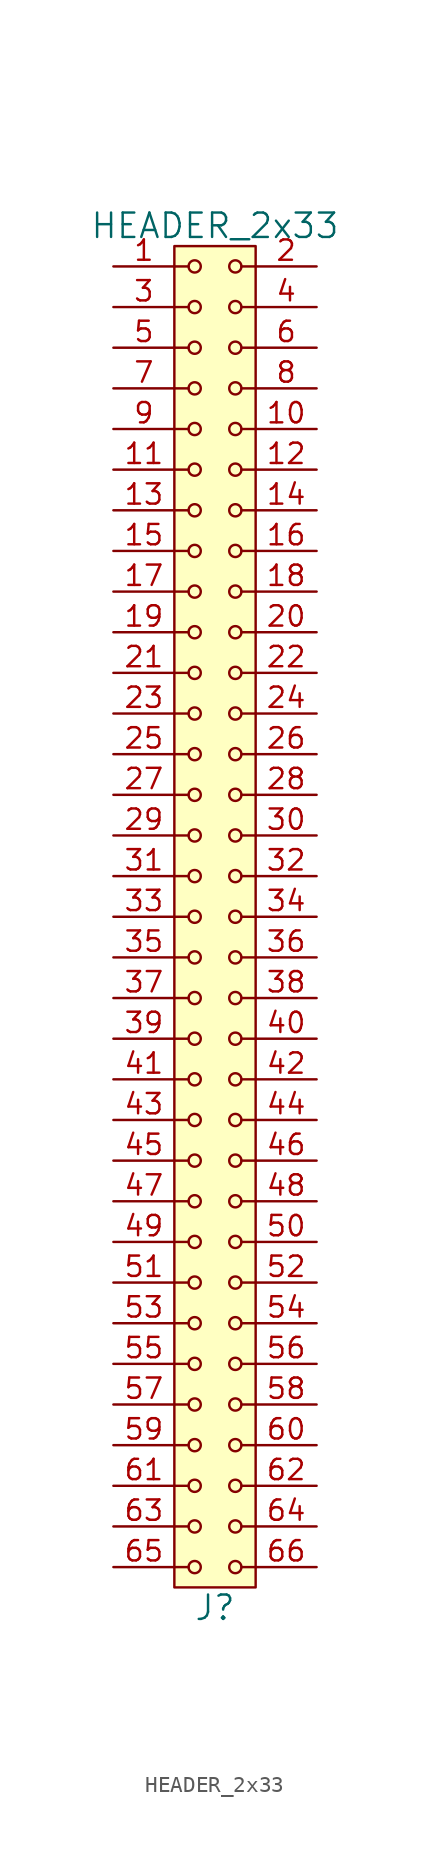
<source format=kicad_sym>
(kicad_symbol_lib
  (version 20211014)
  (generator kicad_symbol_editor)
  (symbol "HEADER_2x33"
    (pin_names
      (offset 1.016))
    (property "Reference" "J"
      (at 0 -43.18 0)
      (effects (font (size 1.524 1.524))))
    (property "Value" "HEADER_2x33"
      (at 0 43.18 0)
      (effects (font (size 1.524 1.524))))
    (property "Footprint" ""
      (at 0 40.64 0)
      (effects (font (size 1.524 1.524))))
    (property "Datasheet" ""
      (at 0 40.64 0)
      (effects (font (size 1.524 1.524))))
    (symbol "HEADER_2x33_0_1"
      (rectangle (start -2.54 41.91) (end 2.54 -41.91) (stroke (width 0) (type default) (color 0 0 0 0)) (fill (type background)))
      (circle (center -1.27 -40.64) (radius 0.381) (stroke (width 0) (type default) (color 0 0 0 0)) (fill (type none)))
      (circle (center -1.27 -38.1) (radius 0.381) (stroke (width 0) (type default) (color 0 0 0 0)) (fill (type none)))
      (circle (center -1.27 -35.56) (radius 0.381) (stroke (width 0) (type default) (color 0 0 0 0)) (fill (type none)))
      (circle (center -1.27 -33.02) (radius 0.381) (stroke (width 0) (type default) (color 0 0 0 0)) (fill (type none)))
      (circle (center -1.27 -30.48) (radius 0.381) (stroke (width 0) (type default) (color 0 0 0 0)) (fill (type none)))
      (circle (center -1.27 -27.94) (radius 0.381) (stroke (width 0) (type default) (color 0 0 0 0)) (fill (type none)))
      (circle (center -1.27 -25.4) (radius 0.381) (stroke (width 0) (type default) (color 0 0 0 0)) (fill (type none)))
      (circle (center -1.27 -22.86) (radius 0.381) (stroke (width 0) (type default) (color 0 0 0 0)) (fill (type none)))
      (circle (center -1.27 -20.32) (radius 0.381) (stroke (width 0) (type default) (color 0 0 0 0)) (fill (type none)))
      (circle (center -1.27 -17.78) (radius 0.381) (stroke (width 0) (type default) (color 0 0 0 0)) (fill (type none)))
      (circle (center -1.27 -15.24) (radius 0.381) (stroke (width 0) (type default) (color 0 0 0 0)) (fill (type none)))
      (circle (center -1.27 -12.7) (radius 0.381) (stroke (width 0) (type default) (color 0 0 0 0)) (fill (type none)))
      (circle (center -1.27 -10.16) (radius 0.381) (stroke (width 0) (type default) (color 0 0 0 0)) (fill (type none)))
      (circle (center -1.27 -7.62) (radius 0.381) (stroke (width 0) (type default) (color 0 0 0 0)) (fill (type none)))
      (circle (center -1.27 -5.08) (radius 0.381) (stroke (width 0) (type default) (color 0 0 0 0)) (fill (type none)))
      (circle (center -1.27 -2.54) (radius 0.381) (stroke (width 0) (type default) (color 0 0 0 0)) (fill (type none)))
      (circle (center -1.27 0) (radius 0.381) (stroke (width 0) (type default) (color 0 0 0 0)) (fill (type none)))
      (circle (center -1.27 2.54) (radius 0.381) (stroke (width 0) (type default) (color 0 0 0 0)) (fill (type none)))
      (circle (center -1.27 5.08) (radius 0.381) (stroke (width 0) (type default) (color 0 0 0 0)) (fill (type none)))
      (circle (center -1.27 7.62) (radius 0.381) (stroke (width 0) (type default) (color 0 0 0 0)) (fill (type none)))
      (circle (center -1.27 10.16) (radius 0.381) (stroke (width 0) (type default) (color 0 0 0 0)) (fill (type none)))
      (circle (center -1.27 12.7) (radius 0.381) (stroke (width 0) (type default) (color 0 0 0 0)) (fill (type none)))
      (circle (center -1.27 15.24) (radius 0.381) (stroke (width 0) (type default) (color 0 0 0 0)) (fill (type none)))
      (circle (center -1.27 17.78) (radius 0.381) (stroke (width 0) (type default) (color 0 0 0 0)) (fill (type none)))
      (circle (center -1.27 20.32) (radius 0.381) (stroke (width 0) (type default) (color 0 0 0 0)) (fill (type none)))
      (circle (center -1.27 22.86) (radius 0.381) (stroke (width 0) (type default) (color 0 0 0 0)) (fill (type none)))
      (circle (center -1.27 25.4) (radius 0.381) (stroke (width 0) (type default) (color 0 0 0 0)) (fill (type none)))
      (circle (center -1.27 27.94) (radius 0.381) (stroke (width 0) (type default) (color 0 0 0 0)) (fill (type none)))
      (circle (center -1.27 30.48) (radius 0.381) (stroke (width 0) (type default) (color 0 0 0 0)) (fill (type none)))
      (circle (center -1.27 33.02) (radius 0.381) (stroke (width 0) (type default) (color 0 0 0 0)) (fill (type none)))
      (circle (center -1.27 35.56) (radius 0.381) (stroke (width 0) (type default) (color 0 0 0 0)) (fill (type none)))
      (circle (center -1.27 38.1) (radius 0.381) (stroke (width 0) (type default) (color 0 0 0 0)) (fill (type none)))
      (circle (center -1.27 40.64) (radius 0.381) (stroke (width 0) (type default) (color 0 0 0 0)) (fill (type none)))
      (polyline (pts (xy -1.651 -40.64) (xy -2.54 -40.64)) (stroke (width 0) (type default) (color 0 0 0 0)) (fill (type none)))
      (polyline (pts (xy -1.651 -38.1) (xy -2.54 -38.1)) (stroke (width 0) (type default) (color 0 0 0 0)) (fill (type none)))
      (polyline (pts (xy -1.651 -35.56) (xy -2.54 -35.56)) (stroke (width 0) (type default) (color 0 0 0 0)) (fill (type none)))
      (polyline (pts (xy -1.651 -33.02) (xy -2.54 -33.02)) (stroke (width 0) (type default) (color 0 0 0 0)) (fill (type none)))
      (polyline (pts (xy -1.651 -30.48) (xy -2.54 -30.48)) (stroke (width 0) (type default) (color 0 0 0 0)) (fill (type none)))
      (polyline (pts (xy -1.651 -27.94) (xy -2.54 -27.94)) (stroke (width 0) (type default) (color 0 0 0 0)) (fill (type none)))
      (polyline (pts (xy -1.651 -25.4) (xy -2.54 -25.4)) (stroke (width 0) (type default) (color 0 0 0 0)) (fill (type none)))
      (polyline (pts (xy -1.651 -22.86) (xy -2.54 -22.86)) (stroke (width 0) (type default) (color 0 0 0 0)) (fill (type none)))
      (polyline (pts (xy -1.651 -20.32) (xy -2.54 -20.32)) (stroke (width 0) (type default) (color 0 0 0 0)) (fill (type none)))
      (polyline (pts (xy -1.651 -17.78) (xy -2.54 -17.78)) (stroke (width 0) (type default) (color 0 0 0 0)) (fill (type none)))
      (polyline (pts (xy -1.651 -15.24) (xy -2.54 -15.24)) (stroke (width 0) (type default) (color 0 0 0 0)) (fill (type none)))
      (polyline (pts (xy -1.651 -12.7) (xy -2.54 -12.7)) (stroke (width 0) (type default) (color 0 0 0 0)) (fill (type none)))
      (polyline (pts (xy -1.651 -10.16) (xy -2.54 -10.16)) (stroke (width 0) (type default) (color 0 0 0 0)) (fill (type none)))
      (polyline (pts (xy -1.651 -7.62) (xy -2.54 -7.62)) (stroke (width 0) (type default) (color 0 0 0 0)) (fill (type none)))
      (polyline (pts (xy -1.651 -5.08) (xy -2.54 -5.08)) (stroke (width 0) (type default) (color 0 0 0 0)) (fill (type none)))
      (polyline (pts (xy -1.651 -2.54) (xy -2.54 -2.54)) (stroke (width 0) (type default) (color 0 0 0 0)) (fill (type none)))
      (polyline (pts (xy -1.651 0) (xy -2.54 0)) (stroke (width 0) (type default) (color 0 0 0 0)) (fill (type none)))
      (polyline (pts (xy -1.651 2.54) (xy -2.54 2.54)) (stroke (width 0) (type default) (color 0 0 0 0)) (fill (type none)))
      (polyline (pts (xy -1.651 5.08) (xy -2.54 5.08)) (stroke (width 0) (type default) (color 0 0 0 0)) (fill (type none)))
      (polyline (pts (xy -1.651 7.62) (xy -2.54 7.62)) (stroke (width 0) (type default) (color 0 0 0 0)) (fill (type none)))
      (polyline (pts (xy -1.651 10.16) (xy -2.54 10.16)) (stroke (width 0) (type default) (color 0 0 0 0)) (fill (type none)))
      (polyline (pts (xy -1.651 12.7) (xy -2.54 12.7)) (stroke (width 0) (type default) (color 0 0 0 0)) (fill (type none)))
      (polyline (pts (xy -1.651 15.24) (xy -2.54 15.24)) (stroke (width 0) (type default) (color 0 0 0 0)) (fill (type none)))
      (polyline (pts (xy -1.651 17.78) (xy -2.54 17.78)) (stroke (width 0) (type default) (color 0 0 0 0)) (fill (type none)))
      (polyline (pts (xy -1.651 20.32) (xy -2.54 20.32)) (stroke (width 0) (type default) (color 0 0 0 0)) (fill (type none)))
      (polyline (pts (xy -1.651 22.86) (xy -2.54 22.86)) (stroke (width 0) (type default) (color 0 0 0 0)) (fill (type none)))
      (polyline (pts (xy -1.651 25.4) (xy -2.54 25.4)) (stroke (width 0) (type default) (color 0 0 0 0)) (fill (type none)))
      (polyline (pts (xy -1.651 27.94) (xy -2.54 27.94)) (stroke (width 0) (type default) (color 0 0 0 0)) (fill (type none)))
      (polyline (pts (xy -1.651 30.48) (xy -2.54 30.48)) (stroke (width 0) (type default) (color 0 0 0 0)) (fill (type none)))
      (polyline (pts (xy -1.651 33.02) (xy -2.54 33.02)) (stroke (width 0) (type default) (color 0 0 0 0)) (fill (type none)))
      (polyline (pts (xy -1.651 35.56) (xy -2.54 35.56)) (stroke (width 0) (type default) (color 0 0 0 0)) (fill (type none)))
      (polyline (pts (xy -1.651 38.1) (xy -2.54 38.1)) (stroke (width 0) (type default) (color 0 0 0 0)) (fill (type none)))
      (polyline (pts (xy -1.651 40.64) (xy -2.54 40.64)) (stroke (width 0) (type default) (color 0 0 0 0)) (fill (type none)))
      (polyline (pts (xy 1.651 -40.64) (xy 2.54 -40.64)) (stroke (width 0) (type default) (color 0 0 0 0)) (fill (type none)))
      (polyline (pts (xy 1.651 -38.1) (xy 2.54 -38.1)) (stroke (width 0) (type default) (color 0 0 0 0)) (fill (type none)))
      (polyline (pts (xy 1.651 -35.56) (xy 2.54 -35.56)) (stroke (width 0) (type default) (color 0 0 0 0)) (fill (type none)))
      (polyline (pts (xy 1.651 -33.02) (xy 2.54 -33.02)) (stroke (width 0) (type default) (color 0 0 0 0)) (fill (type none)))
      (polyline (pts (xy 1.651 -30.48) (xy 2.54 -30.48)) (stroke (width 0) (type default) (color 0 0 0 0)) (fill (type none)))
      (polyline (pts (xy 1.651 -27.94) (xy 2.54 -27.94)) (stroke (width 0) (type default) (color 0 0 0 0)) (fill (type none)))
      (polyline (pts (xy 1.651 -25.4) (xy 2.54 -25.4)) (stroke (width 0) (type default) (color 0 0 0 0)) (fill (type none)))
      (polyline (pts (xy 1.651 -22.86) (xy 2.54 -22.86)) (stroke (width 0) (type default) (color 0 0 0 0)) (fill (type none)))
      (polyline (pts (xy 1.651 -20.32) (xy 2.54 -20.32)) (stroke (width 0) (type default) (color 0 0 0 0)) (fill (type none)))
      (polyline (pts (xy 1.651 -17.78) (xy 2.54 -17.78)) (stroke (width 0) (type default) (color 0 0 0 0)) (fill (type none)))
      (polyline (pts (xy 1.651 -15.24) (xy 2.54 -15.24)) (stroke (width 0) (type default) (color 0 0 0 0)) (fill (type none)))
      (polyline (pts (xy 1.651 -12.7) (xy 2.54 -12.7)) (stroke (width 0) (type default) (color 0 0 0 0)) (fill (type none)))
      (polyline (pts (xy 1.651 -10.16) (xy 2.54 -10.16)) (stroke (width 0) (type default) (color 0 0 0 0)) (fill (type none)))
      (polyline (pts (xy 1.651 -7.62) (xy 2.54 -7.62)) (stroke (width 0) (type default) (color 0 0 0 0)) (fill (type none)))
      (polyline (pts (xy 1.651 -5.08) (xy 2.54 -5.08)) (stroke (width 0) (type default) (color 0 0 0 0)) (fill (type none)))
      (polyline (pts (xy 1.651 -2.54) (xy 2.54 -2.54)) (stroke (width 0) (type default) (color 0 0 0 0)) (fill (type none)))
      (polyline (pts (xy 1.651 0) (xy 2.54 0)) (stroke (width 0) (type default) (color 0 0 0 0)) (fill (type none)))
      (polyline (pts (xy 1.651 2.54) (xy 2.54 2.54)) (stroke (width 0) (type default) (color 0 0 0 0)) (fill (type none)))
      (polyline (pts (xy 1.651 5.08) (xy 2.54 5.08)) (stroke (width 0) (type default) (color 0 0 0 0)) (fill (type none)))
      (polyline (pts (xy 1.651 7.62) (xy 2.54 7.62)) (stroke (width 0) (type default) (color 0 0 0 0)) (fill (type none)))
      (polyline (pts (xy 1.651 10.16) (xy 2.54 10.16)) (stroke (width 0) (type default) (color 0 0 0 0)) (fill (type none)))
      (polyline (pts (xy 1.651 12.7) (xy 2.54 12.7)) (stroke (width 0) (type default) (color 0 0 0 0)) (fill (type none)))
      (polyline (pts (xy 1.651 15.24) (xy 2.54 15.24)) (stroke (width 0) (type default) (color 0 0 0 0)) (fill (type none)))
      (polyline (pts (xy 1.651 17.78) (xy 2.54 17.78)) (stroke (width 0) (type default) (color 0 0 0 0)) (fill (type none)))
      (polyline (pts (xy 1.651 20.32) (xy 2.54 20.32)) (stroke (width 0) (type default) (color 0 0 0 0)) (fill (type none)))
      (polyline (pts (xy 1.651 22.86) (xy 2.54 22.86)) (stroke (width 0) (type default) (color 0 0 0 0)) (fill (type none)))
      (polyline (pts (xy 1.651 25.4) (xy 2.54 25.4)) (stroke (width 0) (type default) (color 0 0 0 0)) (fill (type none)))
      (polyline (pts (xy 1.651 27.94) (xy 2.54 27.94)) (stroke (width 0) (type default) (color 0 0 0 0)) (fill (type none)))
      (polyline (pts (xy 1.651 30.48) (xy 2.54 30.48)) (stroke (width 0) (type default) (color 0 0 0 0)) (fill (type none)))
      (polyline (pts (xy 1.651 33.02) (xy 2.54 33.02)) (stroke (width 0) (type default) (color 0 0 0 0)) (fill (type none)))
      (polyline (pts (xy 1.651 35.56) (xy 2.54 35.56)) (stroke (width 0) (type default) (color 0 0 0 0)) (fill (type none)))
      (polyline (pts (xy 1.651 38.1) (xy 2.54 38.1)) (stroke (width 0) (type default) (color 0 0 0 0)) (fill (type none)))
      (polyline (pts (xy 1.651 40.64) (xy 2.54 40.64)) (stroke (width 0) (type default) (color 0 0 0 0)) (fill (type none)))
      (circle (center 1.27 -40.64) (radius 0.381) (stroke (width 0) (type default) (color 0 0 0 0)) (fill (type none)))
      (circle (center 1.27 -38.1) (radius 0.381) (stroke (width 0) (type default) (color 0 0 0 0)) (fill (type none)))
      (circle (center 1.27 -35.56) (radius 0.381) (stroke (width 0) (type default) (color 0 0 0 0)) (fill (type none)))
      (circle (center 1.27 -33.02) (radius 0.381) (stroke (width 0) (type default) (color 0 0 0 0)) (fill (type none)))
      (circle (center 1.27 -30.48) (radius 0.381) (stroke (width 0) (type default) (color 0 0 0 0)) (fill (type none)))
      (circle (center 1.27 -27.94) (radius 0.381) (stroke (width 0) (type default) (color 0 0 0 0)) (fill (type none)))
      (circle (center 1.27 -25.4) (radius 0.381) (stroke (width 0) (type default) (color 0 0 0 0)) (fill (type none)))
      (circle (center 1.27 -22.86) (radius 0.381) (stroke (width 0) (type default) (color 0 0 0 0)) (fill (type none)))
      (circle (center 1.27 -20.32) (radius 0.381) (stroke (width 0) (type default) (color 0 0 0 0)) (fill (type none)))
      (circle (center 1.27 -17.78) (radius 0.381) (stroke (width 0) (type default) (color 0 0 0 0)) (fill (type none)))
      (circle (center 1.27 -15.24) (radius 0.381) (stroke (width 0) (type default) (color 0 0 0 0)) (fill (type none)))
      (circle (center 1.27 -12.7) (radius 0.381) (stroke (width 0) (type default) (color 0 0 0 0)) (fill (type none)))
      (circle (center 1.27 -10.16) (radius 0.381) (stroke (width 0) (type default) (color 0 0 0 0)) (fill (type none)))
      (circle (center 1.27 -7.62) (radius 0.381) (stroke (width 0) (type default) (color 0 0 0 0)) (fill (type none)))
      (circle (center 1.27 -5.08) (radius 0.381) (stroke (width 0) (type default) (color 0 0 0 0)) (fill (type none)))
      (circle (center 1.27 -2.54) (radius 0.381) (stroke (width 0) (type default) (color 0 0 0 0)) (fill (type none)))
      (circle (center 1.27 0) (radius 0.381) (stroke (width 0) (type default) (color 0 0 0 0)) (fill (type none)))
      (circle (center 1.27 2.54) (radius 0.381) (stroke (width 0) (type default) (color 0 0 0 0)) (fill (type none)))
      (circle (center 1.27 5.08) (radius 0.381) (stroke (width 0) (type default) (color 0 0 0 0)) (fill (type none)))
      (circle (center 1.27 7.62) (radius 0.381) (stroke (width 0) (type default) (color 0 0 0 0)) (fill (type none)))
      (circle (center 1.27 10.16) (radius 0.381) (stroke (width 0) (type default) (color 0 0 0 0)) (fill (type none)))
      (circle (center 1.27 12.7) (radius 0.381) (stroke (width 0) (type default) (color 0 0 0 0)) (fill (type none)))
      (circle (center 1.27 15.24) (radius 0.381) (stroke (width 0) (type default) (color 0 0 0 0)) (fill (type none)))
      (circle (center 1.27 17.78) (radius 0.381) (stroke (width 0) (type default) (color 0 0 0 0)) (fill (type none)))
      (circle (center 1.27 20.32) (radius 0.381) (stroke (width 0) (type default) (color 0 0 0 0)) (fill (type none)))
      (circle (center 1.27 22.86) (radius 0.381) (stroke (width 0) (type default) (color 0 0 0 0)) (fill (type none)))
      (circle (center 1.27 25.4) (radius 0.381) (stroke (width 0) (type default) (color 0 0 0 0)) (fill (type none)))
      (circle (center 1.27 27.94) (radius 0.381) (stroke (width 0) (type default) (color 0 0 0 0)) (fill (type none)))
      (circle (center 1.27 30.48) (radius 0.381) (stroke (width 0) (type default) (color 0 0 0 0)) (fill (type none)))
      (circle (center 1.27 33.02) (radius 0.381) (stroke (width 0) (type default) (color 0 0 0 0)) (fill (type none)))
      (circle (center 1.27 35.56) (radius 0.381) (stroke (width 0) (type default) (color 0 0 0 0)) (fill (type none)))
      (circle (center 1.27 38.1) (radius 0.381) (stroke (width 0) (type default) (color 0 0 0 0)) (fill (type none)))
      (circle (center 1.27 40.64) (radius 0.381) (stroke (width 0) (type default) (color 0 0 0 0)) (fill (type none))))
    (symbol "HEADER_2x33_1_1"
      (pin input line (at -6.35 40.64 0) (length 3.81) (name "~" (effects (font (size 1.27 1.27)))) (number "1" (effects (font (size 1.27 1.27)))))
      (pin input line (at 6.35 30.48 180) (length 3.81) (name "~" (effects (font (size 1.27 1.27)))) (number "10" (effects (font (size 1.27 1.27)))))
      (pin input line (at -6.35 27.94 0) (length 3.81) (name "~" (effects (font (size 1.27 1.27)))) (number "11" (effects (font (size 1.27 1.27)))))
      (pin input line (at 6.35 27.94 180) (length 3.81) (name "~" (effects (font (size 1.27 1.27)))) (number "12" (effects (font (size 1.27 1.27)))))
      (pin input line (at -6.35 25.4 0) (length 3.81) (name "~" (effects (font (size 1.27 1.27)))) (number "13" (effects (font (size 1.27 1.27)))))
      (pin input line (at 6.35 25.4 180) (length 3.81) (name "~" (effects (font (size 1.27 1.27)))) (number "14" (effects (font (size 1.27 1.27)))))
      (pin input line (at -6.35 22.86 0) (length 3.81) (name "~" (effects (font (size 1.27 1.27)))) (number "15" (effects (font (size 1.27 1.27)))))
      (pin input line (at 6.35 22.86 180) (length 3.81) (name "~" (effects (font (size 1.27 1.27)))) (number "16" (effects (font (size 1.27 1.27)))))
      (pin input line (at -6.35 20.32 0) (length 3.81) (name "~" (effects (font (size 1.27 1.27)))) (number "17" (effects (font (size 1.27 1.27)))))
      (pin input line (at 6.35 20.32 180) (length 3.81) (name "~" (effects (font (size 1.27 1.27)))) (number "18" (effects (font (size 1.27 1.27)))))
      (pin input line (at -6.35 17.78 0) (length 3.81) (name "~" (effects (font (size 1.27 1.27)))) (number "19" (effects (font (size 1.27 1.27)))))
      (pin input line (at 6.35 40.64 180) (length 3.81) (name "~" (effects (font (size 1.27 1.27)))) (number "2" (effects (font (size 1.27 1.27)))))
      (pin input line (at 6.35 17.78 180) (length 3.81) (name "~" (effects (font (size 1.27 1.27)))) (number "20" (effects (font (size 1.27 1.27)))))
      (pin input line (at -6.35 15.24 0) (length 3.81) (name "~" (effects (font (size 1.27 1.27)))) (number "21" (effects (font (size 1.27 1.27)))))
      (pin input line (at 6.35 15.24 180) (length 3.81) (name "~" (effects (font (size 1.27 1.27)))) (number "22" (effects (font (size 1.27 1.27)))))
      (pin input line (at -6.35 12.7 0) (length 3.81) (name "~" (effects (font (size 1.27 1.27)))) (number "23" (effects (font (size 1.27 1.27)))))
      (pin input line (at 6.35 12.7 180) (length 3.81) (name "~" (effects (font (size 1.27 1.27)))) (number "24" (effects (font (size 1.27 1.27)))))
      (pin input line (at -6.35 10.16 0) (length 3.81) (name "~" (effects (font (size 1.27 1.27)))) (number "25" (effects (font (size 1.27 1.27)))))
      (pin input line (at 6.35 10.16 180) (length 3.81) (name "~" (effects (font (size 1.27 1.27)))) (number "26" (effects (font (size 1.27 1.27)))))
      (pin input line (at -6.35 7.62 0) (length 3.81) (name "~" (effects (font (size 1.27 1.27)))) (number "27" (effects (font (size 1.27 1.27)))))
      (pin input line (at 6.35 7.62 180) (length 3.81) (name "~" (effects (font (size 1.27 1.27)))) (number "28" (effects (font (size 1.27 1.27)))))
      (pin input line (at -6.35 5.08 0) (length 3.81) (name "~" (effects (font (size 1.27 1.27)))) (number "29" (effects (font (size 1.27 1.27)))))
      (pin input line (at -6.35 38.1 0) (length 3.81) (name "~" (effects (font (size 1.27 1.27)))) (number "3" (effects (font (size 1.27 1.27)))))
      (pin input line (at 6.35 5.08 180) (length 3.81) (name "~" (effects (font (size 1.27 1.27)))) (number "30" (effects (font (size 1.27 1.27)))))
      (pin input line (at -6.35 2.54 0) (length 3.81) (name "~" (effects (font (size 1.27 1.27)))) (number "31" (effects (font (size 1.27 1.27)))))
      (pin input line (at 6.35 2.54 180) (length 3.81) (name "~" (effects (font (size 1.27 1.27)))) (number "32" (effects (font (size 1.27 1.27)))))
      (pin input line (at -6.35 0 0) (length 3.81) (name "~" (effects (font (size 1.27 1.27)))) (number "33" (effects (font (size 1.27 1.27)))))
      (pin input line (at 6.35 0 180) (length 3.81) (name "~" (effects (font (size 1.27 1.27)))) (number "34" (effects (font (size 1.27 1.27)))))
      (pin input line (at -6.35 -2.54 0) (length 3.81) (name "~" (effects (font (size 1.27 1.27)))) (number "35" (effects (font (size 1.27 1.27)))))
      (pin input line (at 6.35 -2.54 180) (length 3.81) (name "~" (effects (font (size 1.27 1.27)))) (number "36" (effects (font (size 1.27 1.27)))))
      (pin input line (at -6.35 -5.08 0) (length 3.81) (name "~" (effects (font (size 1.27 1.27)))) (number "37" (effects (font (size 1.27 1.27)))))
      (pin input line (at 6.35 -5.08 180) (length 3.81) (name "~" (effects (font (size 1.27 1.27)))) (number "38" (effects (font (size 1.27 1.27)))))
      (pin input line (at -6.35 -7.62 0) (length 3.81) (name "~" (effects (font (size 1.27 1.27)))) (number "39" (effects (font (size 1.27 1.27)))))
      (pin input line (at 6.35 38.1 180) (length 3.81) (name "~" (effects (font (size 1.27 1.27)))) (number "4" (effects (font (size 1.27 1.27)))))
      (pin input line (at 6.35 -7.62 180) (length 3.81) (name "~" (effects (font (size 1.27 1.27)))) (number "40" (effects (font (size 1.27 1.27)))))
      (pin input line (at -6.35 -10.16 0) (length 3.81) (name "~" (effects (font (size 1.27 1.27)))) (number "41" (effects (font (size 1.27 1.27)))))
      (pin input line (at 6.35 -10.16 180) (length 3.81) (name "~" (effects (font (size 1.27 1.27)))) (number "42" (effects (font (size 1.27 1.27)))))
      (pin input line (at -6.35 -12.7 0) (length 3.81) (name "~" (effects (font (size 1.27 1.27)))) (number "43" (effects (font (size 1.27 1.27)))))
      (pin input line (at 6.35 -12.7 180) (length 3.81) (name "~" (effects (font (size 1.27 1.27)))) (number "44" (effects (font (size 1.27 1.27)))))
      (pin input line (at -6.35 -15.24 0) (length 3.81) (name "~" (effects (font (size 1.27 1.27)))) (number "45" (effects (font (size 1.27 1.27)))))
      (pin input line (at 6.35 -15.24 180) (length 3.81) (name "~" (effects (font (size 1.27 1.27)))) (number "46" (effects (font (size 1.27 1.27)))))
      (pin input line (at -6.35 -17.78 0) (length 3.81) (name "~" (effects (font (size 1.27 1.27)))) (number "47" (effects (font (size 1.27 1.27)))))
      (pin input line (at 6.35 -17.78 180) (length 3.81) (name "~" (effects (font (size 1.27 1.27)))) (number "48" (effects (font (size 1.27 1.27)))))
      (pin input line (at -6.35 -20.32 0) (length 3.81) (name "~" (effects (font (size 1.27 1.27)))) (number "49" (effects (font (size 1.27 1.27)))))
      (pin input line (at -6.35 35.56 0) (length 3.81) (name "~" (effects (font (size 1.27 1.27)))) (number "5" (effects (font (size 1.27 1.27)))))
      (pin input line (at 6.35 -20.32 180) (length 3.81) (name "~" (effects (font (size 1.27 1.27)))) (number "50" (effects (font (size 1.27 1.27)))))
      (pin input line (at -6.35 -22.86 0) (length 3.81) (name "~" (effects (font (size 1.27 1.27)))) (number "51" (effects (font (size 1.27 1.27)))))
      (pin input line (at 6.35 -22.86 180) (length 3.81) (name "~" (effects (font (size 1.27 1.27)))) (number "52" (effects (font (size 1.27 1.27)))))
      (pin input line (at -6.35 -25.4 0) (length 3.81) (name "~" (effects (font (size 1.27 1.27)))) (number "53" (effects (font (size 1.27 1.27)))))
      (pin input line (at 6.35 -25.4 180) (length 3.81) (name "~" (effects (font (size 1.27 1.27)))) (number "54" (effects (font (size 1.27 1.27)))))
      (pin input line (at -6.35 -27.94 0) (length 3.81) (name "~" (effects (font (size 1.27 1.27)))) (number "55" (effects (font (size 1.27 1.27)))))
      (pin input line (at 6.35 -27.94 180) (length 3.81) (name "~" (effects (font (size 1.27 1.27)))) (number "56" (effects (font (size 1.27 1.27)))))
      (pin input line (at -6.35 -30.48 0) (length 3.81) (name "~" (effects (font (size 1.27 1.27)))) (number "57" (effects (font (size 1.27 1.27)))))
      (pin input line (at 6.35 -30.48 180) (length 3.81) (name "~" (effects (font (size 1.27 1.27)))) (number "58" (effects (font (size 1.27 1.27)))))
      (pin input line (at -6.35 -33.02 0) (length 3.81) (name "~" (effects (font (size 1.27 1.27)))) (number "59" (effects (font (size 1.27 1.27)))))
      (pin input line (at 6.35 35.56 180) (length 3.81) (name "~" (effects (font (size 1.27 1.27)))) (number "6" (effects (font (size 1.27 1.27)))))
      (pin input line (at 6.35 -33.02 180) (length 3.81) (name "~" (effects (font (size 1.27 1.27)))) (number "60" (effects (font (size 1.27 1.27)))))
      (pin input line (at -6.35 -35.56 0) (length 3.81) (name "~" (effects (font (size 1.27 1.27)))) (number "61" (effects (font (size 1.27 1.27)))))
      (pin input line (at 6.35 -35.56 180) (length 3.81) (name "~" (effects (font (size 1.27 1.27)))) (number "62" (effects (font (size 1.27 1.27)))))
      (pin input line (at -6.35 -38.1 0) (length 3.81) (name "~" (effects (font (size 1.27 1.27)))) (number "63" (effects (font (size 1.27 1.27)))))
      (pin input line (at 6.35 -38.1 180) (length 3.81) (name "~" (effects (font (size 1.27 1.27)))) (number "64" (effects (font (size 1.27 1.27)))))
      (pin input line (at -6.35 -40.64 0) (length 3.81) (name "~" (effects (font (size 1.27 1.27)))) (number "65" (effects (font (size 1.27 1.27)))))
      (pin input line (at 6.35 -40.64 180) (length 3.81) (name "~" (effects (font (size 1.27 1.27)))) (number "66" (effects (font (size 1.27 1.27)))))
      (pin input line (at -6.35 33.02 0) (length 3.81) (name "~" (effects (font (size 1.27 1.27)))) (number "7" (effects (font (size 1.27 1.27)))))
      (pin input line (at 6.35 33.02 180) (length 3.81) (name "~" (effects (font (size 1.27 1.27)))) (number "8" (effects (font (size 1.27 1.27)))))
      (pin input line (at -6.35 30.48 0) (length 3.81) (name "~" (effects (font (size 1.27 1.27)))) (number "9" (effects (font (size 1.27 1.27))))))))
</source>
